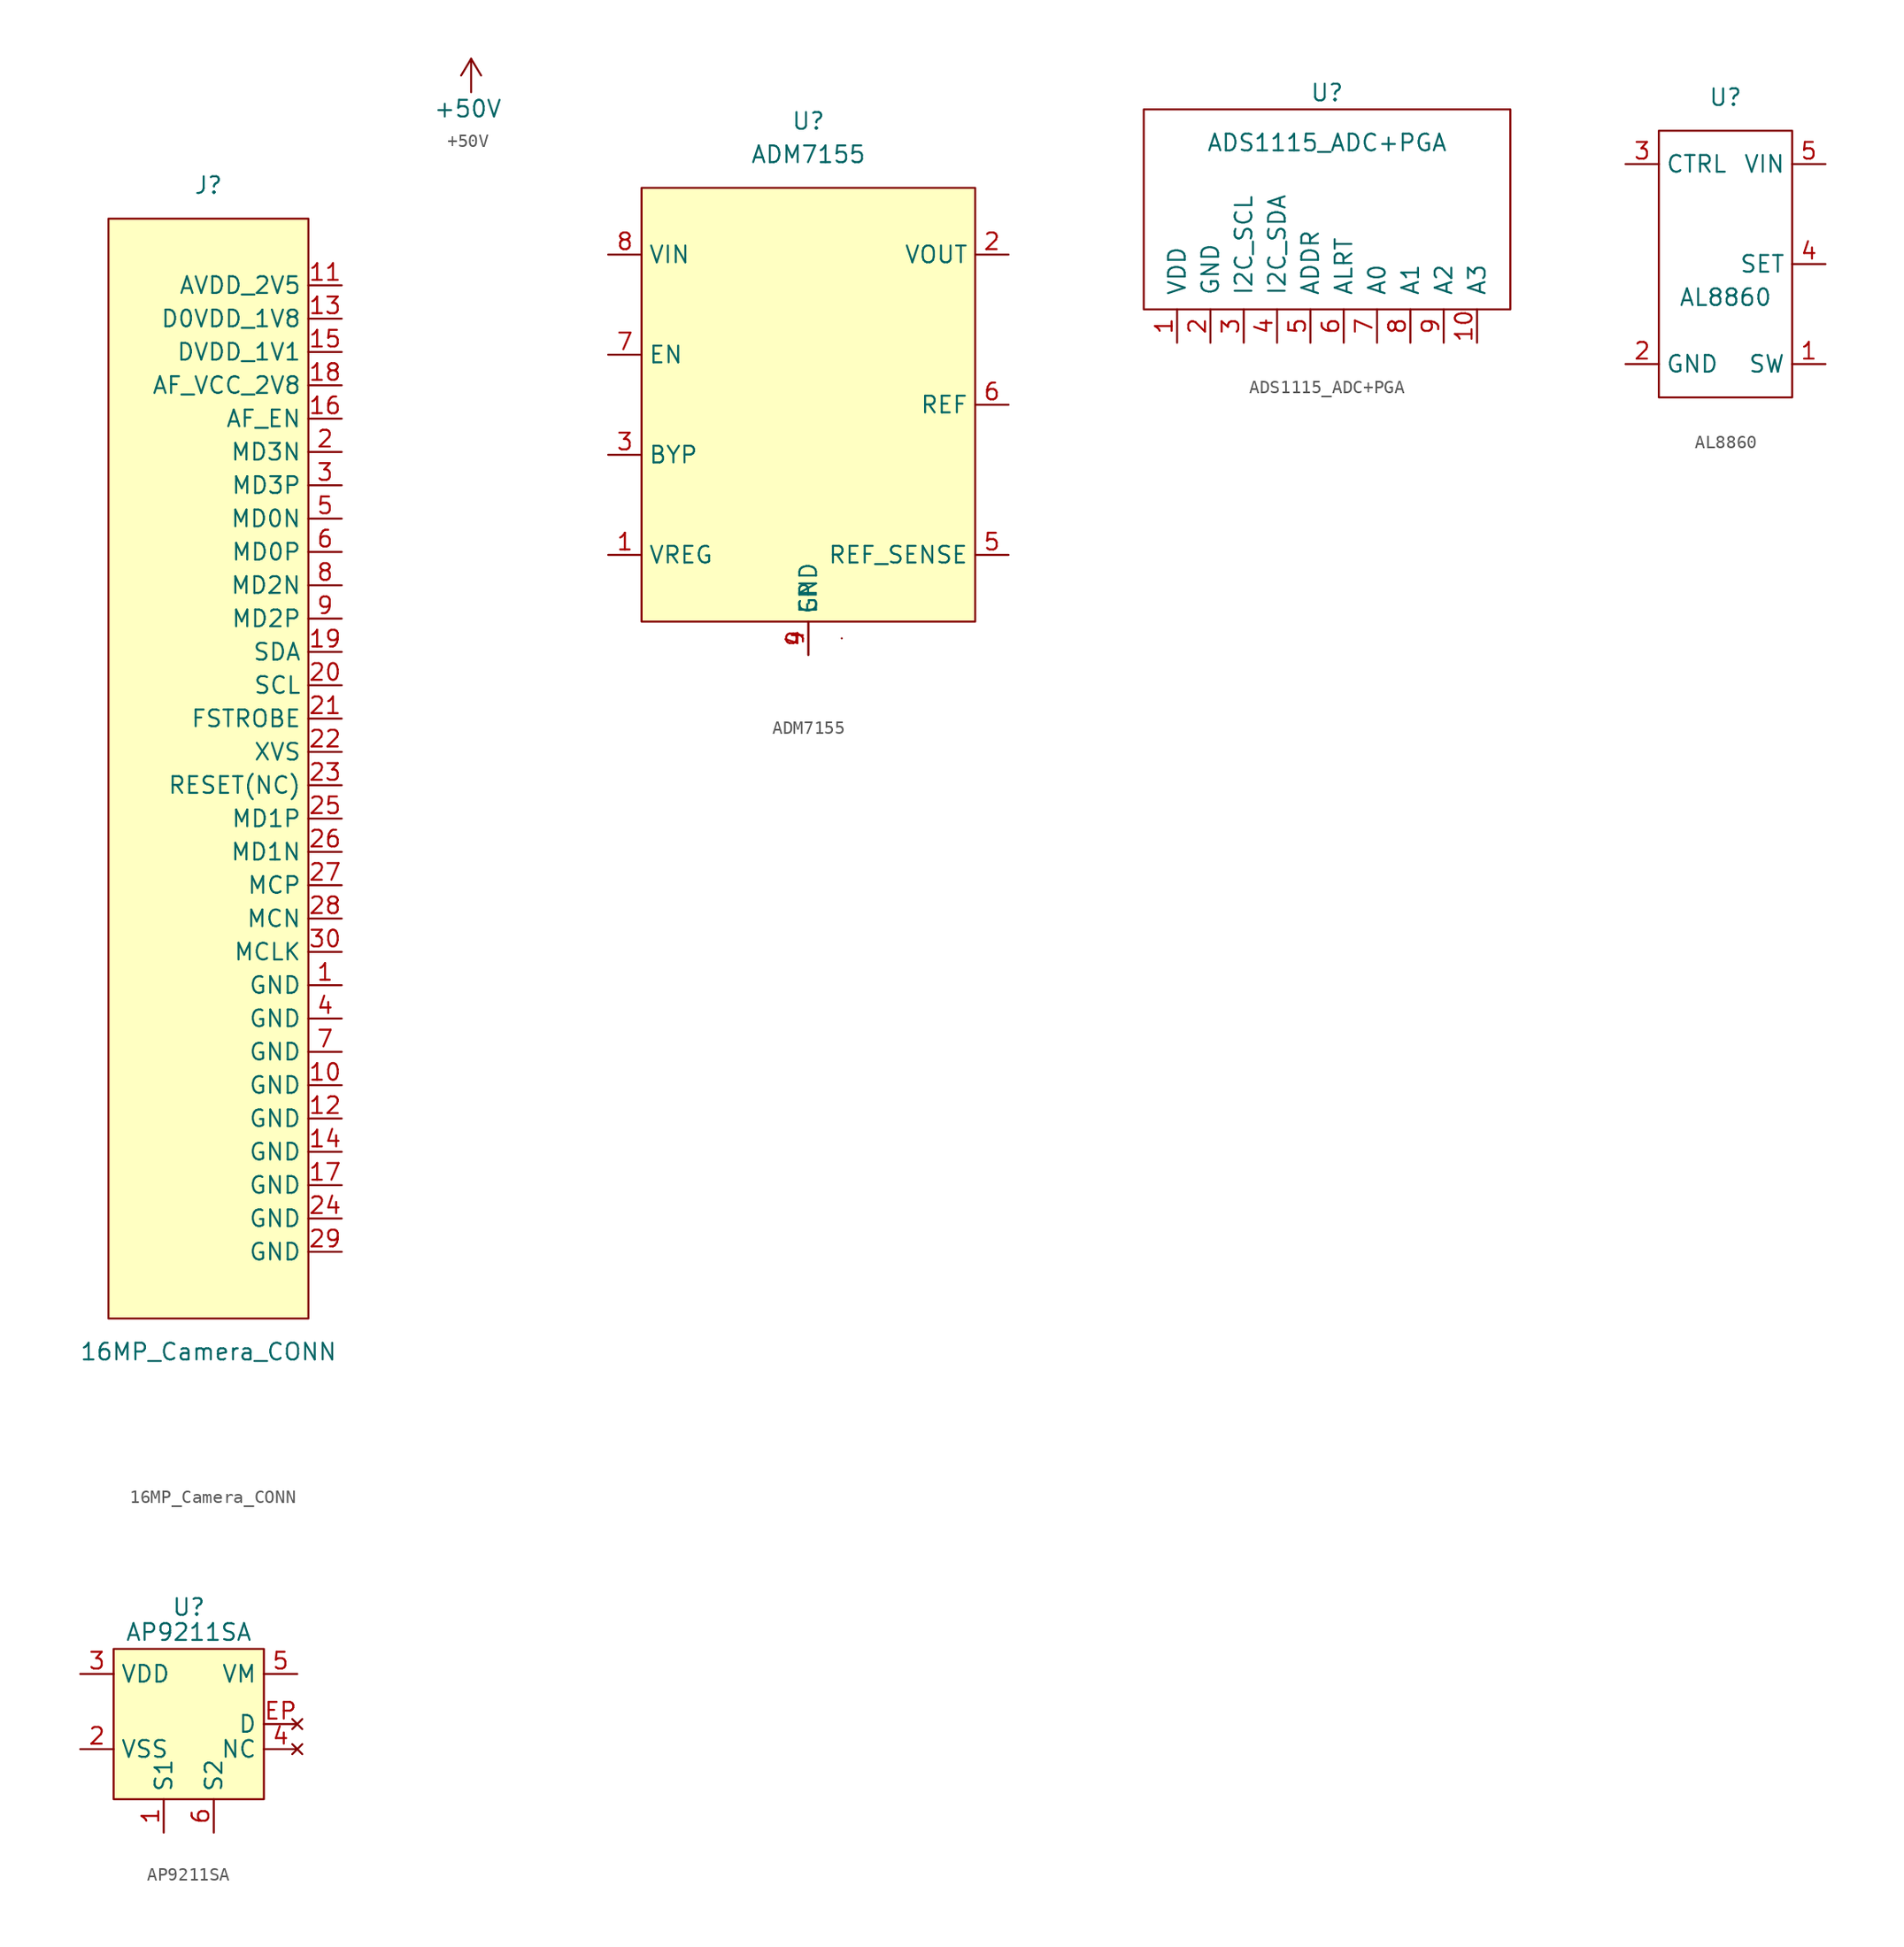
<source format=kicad_sym>
(kicad_symbol_lib
  (version 20220914)
  (generator kicad_symbol_editor)
  (symbol "16MP_Camera_CONN"
    (property "Reference" "J"
      (at -5.08 43.18 0)
      (effects (font (size 1.27 1.27))))
    (property "Value" "16MP_Camera_CONN"
      (at -5.08 -45.72 0)
      (effects (font (size 1.27 1.27))))
    (symbol "16MP_Camera_CONN_0_0"
      (pin unspecified line (at 5.08 -17.78 180) (length 2.54) (name "GND" (effects (font (size 1.27 1.27)))) (number "1" (effects (font (size 1.27 1.27)))))
      (pin unspecified line (at 5.08 -25.4 180) (length 2.54) (name "GND" (effects (font (size 1.27 1.27)))) (number "10" (effects (font (size 1.27 1.27)))))
      (pin unspecified line (at 5.08 35.56 180) (length 2.54) (name "AVDD_2V5" (effects (font (size 1.27 1.27)))) (number "11" (effects (font (size 1.27 1.27)))))
      (pin unspecified line (at 5.08 -27.94 180) (length 2.54) (name "GND" (effects (font (size 1.27 1.27)))) (number "12" (effects (font (size 1.27 1.27)))))
      (pin unspecified line (at 5.08 33.02 180) (length 2.54) (name "D0VDD_1V8" (effects (font (size 1.27 1.27)))) (number "13" (effects (font (size 1.27 1.27)))))
      (pin unspecified line (at 5.08 -30.48 180) (length 2.54) (name "GND" (effects (font (size 1.27 1.27)))) (number "14" (effects (font (size 1.27 1.27)))))
      (pin unspecified line (at 5.08 30.48 180) (length 2.54) (name "DVDD_1V1" (effects (font (size 1.27 1.27)))) (number "15" (effects (font (size 1.27 1.27)))))
      (pin unspecified line (at 5.08 25.4 180) (length 2.54) (name "AF_EN" (effects (font (size 1.27 1.27)))) (number "16" (effects (font (size 1.27 1.27)))))
      (pin unspecified line (at 5.08 -33.02 180) (length 2.54) (name "GND" (effects (font (size 1.27 1.27)))) (number "17" (effects (font (size 1.27 1.27)))))
      (pin unspecified line (at 5.08 27.94 180) (length 2.54) (name "AF_VCC_2V8" (effects (font (size 1.27 1.27)))) (number "18" (effects (font (size 1.27 1.27)))))
      (pin unspecified line (at 5.08 7.62 180) (length 2.54) (name "SDA" (effects (font (size 1.27 1.27)))) (number "19" (effects (font (size 1.27 1.27)))))
      (pin unspecified line (at 5.08 22.86 180) (length 2.54) (name "MD3N" (effects (font (size 1.27 1.27)))) (number "2" (effects (font (size 1.27 1.27)))))
      (pin unspecified line (at 5.08 5.08 180) (length 2.54) (name "SCL" (effects (font (size 1.27 1.27)))) (number "20" (effects (font (size 1.27 1.27)))))
      (pin unspecified line (at 5.08 2.54 180) (length 2.54) (name "FSTROBE" (effects (font (size 1.27 1.27)))) (number "21" (effects (font (size 1.27 1.27)))))
      (pin unspecified line (at 5.08 0 180) (length 2.54) (name "XVS" (effects (font (size 1.27 1.27)))) (number "22" (effects (font (size 1.27 1.27)))))
      (pin unspecified line (at 5.08 -2.54 180) (length 2.54) (name "RESET(NC)" (effects (font (size 1.27 1.27)))) (number "23" (effects (font (size 1.27 1.27)))))
      (pin unspecified line (at 5.08 -35.56 180) (length 2.54) (name "GND" (effects (font (size 1.27 1.27)))) (number "24" (effects (font (size 1.27 1.27)))))
      (pin unspecified line (at 5.08 -5.08 180) (length 2.54) (name "MD1P" (effects (font (size 1.27 1.27)))) (number "25" (effects (font (size 1.27 1.27)))))
      (pin unspecified line (at 5.08 -7.62 180) (length 2.54) (name "MD1N" (effects (font (size 1.27 1.27)))) (number "26" (effects (font (size 1.27 1.27)))))
      (pin unspecified line (at 5.08 -10.16 180) (length 2.54) (name "MCP" (effects (font (size 1.27 1.27)))) (number "27" (effects (font (size 1.27 1.27)))))
      (pin unspecified line (at 5.08 -12.7 180) (length 2.54) (name "MCN" (effects (font (size 1.27 1.27)))) (number "28" (effects (font (size 1.27 1.27)))))
      (pin unspecified line (at 5.08 -38.1 180) (length 2.54) (name "GND" (effects (font (size 1.27 1.27)))) (number "29" (effects (font (size 1.27 1.27)))))
      (pin unspecified line (at 5.08 20.32 180) (length 2.54) (name "MD3P" (effects (font (size 1.27 1.27)))) (number "3" (effects (font (size 1.27 1.27)))))
      (pin unspecified line (at 5.08 -15.24 180) (length 2.54) (name "MCLK" (effects (font (size 1.27 1.27)))) (number "30" (effects (font (size 1.27 1.27)))))
      (pin unspecified line (at 5.08 -20.32 180) (length 2.54) (name "GND" (effects (font (size 1.27 1.27)))) (number "4" (effects (font (size 1.27 1.27)))))
      (pin unspecified line (at 5.08 17.78 180) (length 2.54) (name "MD0N" (effects (font (size 1.27 1.27)))) (number "5" (effects (font (size 1.27 1.27)))))
      (pin unspecified line (at 5.08 15.24 180) (length 2.54) (name "MD0P" (effects (font (size 1.27 1.27)))) (number "6" (effects (font (size 1.27 1.27)))))
      (pin unspecified line (at 5.08 -22.86 180) (length 2.54) (name "GND" (effects (font (size 1.27 1.27)))) (number "7" (effects (font (size 1.27 1.27)))))
      (pin unspecified line (at 5.08 12.7 180) (length 2.54) (name "MD2N" (effects (font (size 1.27 1.27)))) (number "8" (effects (font (size 1.27 1.27)))))
      (pin unspecified line (at 5.08 10.16 180) (length 2.54) (name "MD2P" (effects (font (size 1.27 1.27)))) (number "9" (effects (font (size 1.27 1.27))))))
    (symbol "16MP_Camera_CONN_0_1"
      (rectangle (start -12.7 40.64) (end 2.54 -43.18) (stroke (width 0.152) (type default)) (fill (type background)))))
  (symbol "+50V"
    (property "Reference" "PWR"
      (at 0 3.302 0)
      (effects (font (size 1.27 1.27)) hide))
    (property "Value" "+50V"
      (at -0.254 -1.27 0)
      (effects (font (size 1.27 1.27))))
    (symbol "+50V_0_1"
      (polyline (pts (xy -0.762 1.27) (xy 0 2.54)) (stroke (width 0) (type default)) (fill (type none)))
      (polyline (pts (xy 0 0) (xy 0 2.54)) (stroke (width 0) (type default)) (fill (type none)))
      (polyline (pts (xy 0 2.54) (xy 0.762 1.27)) (stroke (width 0) (type default)) (fill (type none))))
    (symbol "+50V_1_1"
      (pin power_in line (at 0 0 90) (length 0) hide (name "+50V" (effects (font (size 1.27 1.27)))) (number "1" (effects (font (size 1.27 1.27)))))))
  (symbol "ADM7155"
    (property "Reference" "U"
      (at 0 21.59 0)
      (effects (font (size 1.27 1.27))))
    (property "Value" "ADM7155"
      (at 0 19.05 0)
      (effects (font (size 1.27 1.27))))
    (symbol "ADM7155_0_1"
      (rectangle (start -12.7 16.51) (end 12.7 -16.51) (stroke (width 0.152) (type default)) (fill (type background)))
      (rectangle (start 2.54 -17.78) (end 2.54 -17.78) (stroke (width 0.152) (type default)) (fill (type none))))
    (symbol "ADM7155_1_1"
      (pin power_in line (at -15.24 -11.43 0) (length 2.54) (name "VREG" (effects (font (size 1.27 1.27)))) (number "1" (effects (font (size 1.27 1.27)))))
      (pin power_out line (at 15.24 11.43 180) (length 2.54) (name "VOUT" (effects (font (size 1.27 1.27)))) (number "2" (effects (font (size 1.27 1.27)))))
      (pin input line (at -15.24 -3.81 0) (length 2.54) (name "BYP" (effects (font (size 1.27 1.27)))) (number "3" (effects (font (size 1.27 1.27)))))
      (pin input line (at 0 -19.05 90) (length 2.54) (name "GND" (effects (font (size 1.27 1.27)))) (number "4" (effects (font (size 1.27 1.27)))))
      (pin input line (at 15.24 -11.43 180) (length 2.54) (name "REF_SENSE" (effects (font (size 1.27 1.27)))) (number "5" (effects (font (size 1.27 1.27)))))
      (pin output line (at 15.24 0 180) (length 2.54) (name "REF" (effects (font (size 1.27 1.27)))) (number "6" (effects (font (size 1.27 1.27)))))
      (pin input line (at -15.24 3.81 0) (length 2.54) (name "EN" (effects (font (size 1.27 1.27)))) (number "7" (effects (font (size 1.27 1.27)))))
      (pin power_in line (at -15.24 11.43 0) (length 2.54) (name "VIN" (effects (font (size 1.27 1.27)))) (number "8" (effects (font (size 1.27 1.27)))))
      (pin input line (at 0 -19.05 90) (length 2.54) (name "EP" (effects (font (size 1.27 1.27)))) (number "9" (effects (font (size 1.27 1.27)))))))
  (symbol "ADS1115_ADC+PGA"
    (pin_names
      (offset 1.016))
    (property "Reference" "U"
      (at 0 8.89 0)
      (effects (font (size 1.27 1.27))))
    (property "Value" "ADS1115_ADC+PGA"
      (at 0 5.08 0)
      (effects (font (size 1.27 1.27))))
    (symbol "ADS1115_ADC+PGA_0_1"
      (rectangle (start -13.97 -7.62) (end 13.97 7.62) (stroke (width 0) (type default)) (fill (type none))))
    (symbol "ADS1115_ADC+PGA_1_1"
      (pin input line (at -11.43 -10.16 90) (length 2.54) (name "VDD" (effects (font (size 1.27 1.27)))) (number "1" (effects (font (size 1.27 1.27)))))
      (pin input line (at 11.43 -10.16 90) (length 2.54) (name "A3" (effects (font (size 1.27 1.27)))) (number "10" (effects (font (size 1.27 1.27)))))
      (pin input line (at -8.89 -10.16 90) (length 2.54) (name "GND" (effects (font (size 1.27 1.27)))) (number "2" (effects (font (size 1.27 1.27)))))
      (pin input line (at -6.35 -10.16 90) (length 2.54) (name "I2C_SCL" (effects (font (size 1.27 1.27)))) (number "3" (effects (font (size 1.27 1.27)))))
      (pin input line (at -3.81 -10.16 90) (length 2.54) (name "I2C_SDA" (effects (font (size 1.27 1.27)))) (number "4" (effects (font (size 1.27 1.27)))))
      (pin input line (at -1.27 -10.16 90) (length 2.54) (name "ADDR" (effects (font (size 1.27 1.27)))) (number "5" (effects (font (size 1.27 1.27)))))
      (pin input line (at 1.27 -10.16 90) (length 2.54) (name "ALRT" (effects (font (size 1.27 1.27)))) (number "6" (effects (font (size 1.27 1.27)))))
      (pin input line (at 3.81 -10.16 90) (length 2.54) (name "A0" (effects (font (size 1.27 1.27)))) (number "7" (effects (font (size 1.27 1.27)))))
      (pin input line (at 6.35 -10.16 90) (length 2.54) (name "A1" (effects (font (size 1.27 1.27)))) (number "8" (effects (font (size 1.27 1.27)))))
      (pin input line (at 8.89 -10.16 90) (length 2.54) (name "A2" (effects (font (size 1.27 1.27)))) (number "9" (effects (font (size 1.27 1.27)))))))
  (symbol "AL8860"
    (property "Reference" "U"
      (at 0 12.7 0)
      (effects (font (size 1.27 1.27))))
    (property "Value" "AL8860"
      (at 0 -2.54 0)
      (effects (font (size 1.27 1.27))))
    (symbol "AL8860_0_1"
      (rectangle (start -5.08 10.16) (end 5.08 -10.16) (stroke (width 0.152) (type default)) (fill (type none))))
    (symbol "AL8860_1_1"
      (pin input line (at 7.62 -7.62 180) (length 2.54) (name "SW" (effects (font (size 1.27 1.27)))) (number "1" (effects (font (size 1.27 1.27)))))
      (pin input line (at -7.62 -7.62 0) (length 2.54) (name "GND" (effects (font (size 1.27 1.27)))) (number "2" (effects (font (size 1.27 1.27)))))
      (pin input line (at -7.62 7.62 0) (length 2.54) (name "CTRL" (effects (font (size 1.27 1.27)))) (number "3" (effects (font (size 1.27 1.27)))))
      (pin input line (at 7.62 0 180) (length 2.54) (name "SET" (effects (font (size 1.27 1.27)))) (number "4" (effects (font (size 1.27 1.27)))))
      (pin input line (at 7.62 7.62 180) (length 2.54) (name "VIN" (effects (font (size 1.27 1.27)))) (number "5" (effects (font (size 1.27 1.27)))))))
  (symbol "AP9211SA"
    (property "Reference" "U"
      (at 0 8.89 0)
      (effects (font (size 1.27 1.27))))
    (property "Value" "AP9211SA"
      (at 0 6.985 0)
      (effects (font (size 1.27 1.27))))
    (symbol "AP9211SA_0_1"
      (rectangle (start -5.715 5.715) (end 5.715 -5.715) (stroke (width 0.152) (type default)) (fill (type background))))
    (symbol "AP9211SA_1_1"
      (pin power_in line (at -1.905 -8.255 90) (length 2.54) (name "S1" (effects (font (size 1.27 1.27)))) (number "1" (effects (font (size 1.27 1.27)))))
      (pin power_in line (at -8.255 -1.905 0) (length 2.54) (name "VSS" (effects (font (size 1.27 1.27)))) (number "2" (effects (font (size 1.27 1.27)))))
      (pin power_in line (at -8.255 3.81 0) (length 2.54) (name "VDD" (effects (font (size 1.27 1.27)))) (number "3" (effects (font (size 1.27 1.27)))))
      (pin no_connect line (at 8.255 -1.905 180) (length 2.54) (name "NC" (effects (font (size 1.27 1.27)))) (number "4" (effects (font (size 1.27 1.27)))))
      (pin input line (at 8.255 3.81 180) (length 2.54) (name "VM" (effects (font (size 1.27 1.27)))) (number "5" (effects (font (size 1.27 1.27)))))
      (pin power_in line (at 1.905 -8.255 90) (length 2.54) (name "S2" (effects (font (size 1.27 1.27)))) (number "6" (effects (font (size 1.27 1.27)))))
      (pin no_connect line (at 8.255 0 180) (length 2.54) (name "D" (effects (font (size 1.27 1.27)))) (number "EP" (effects (font (size 1.27 1.27))))))))
</source>
